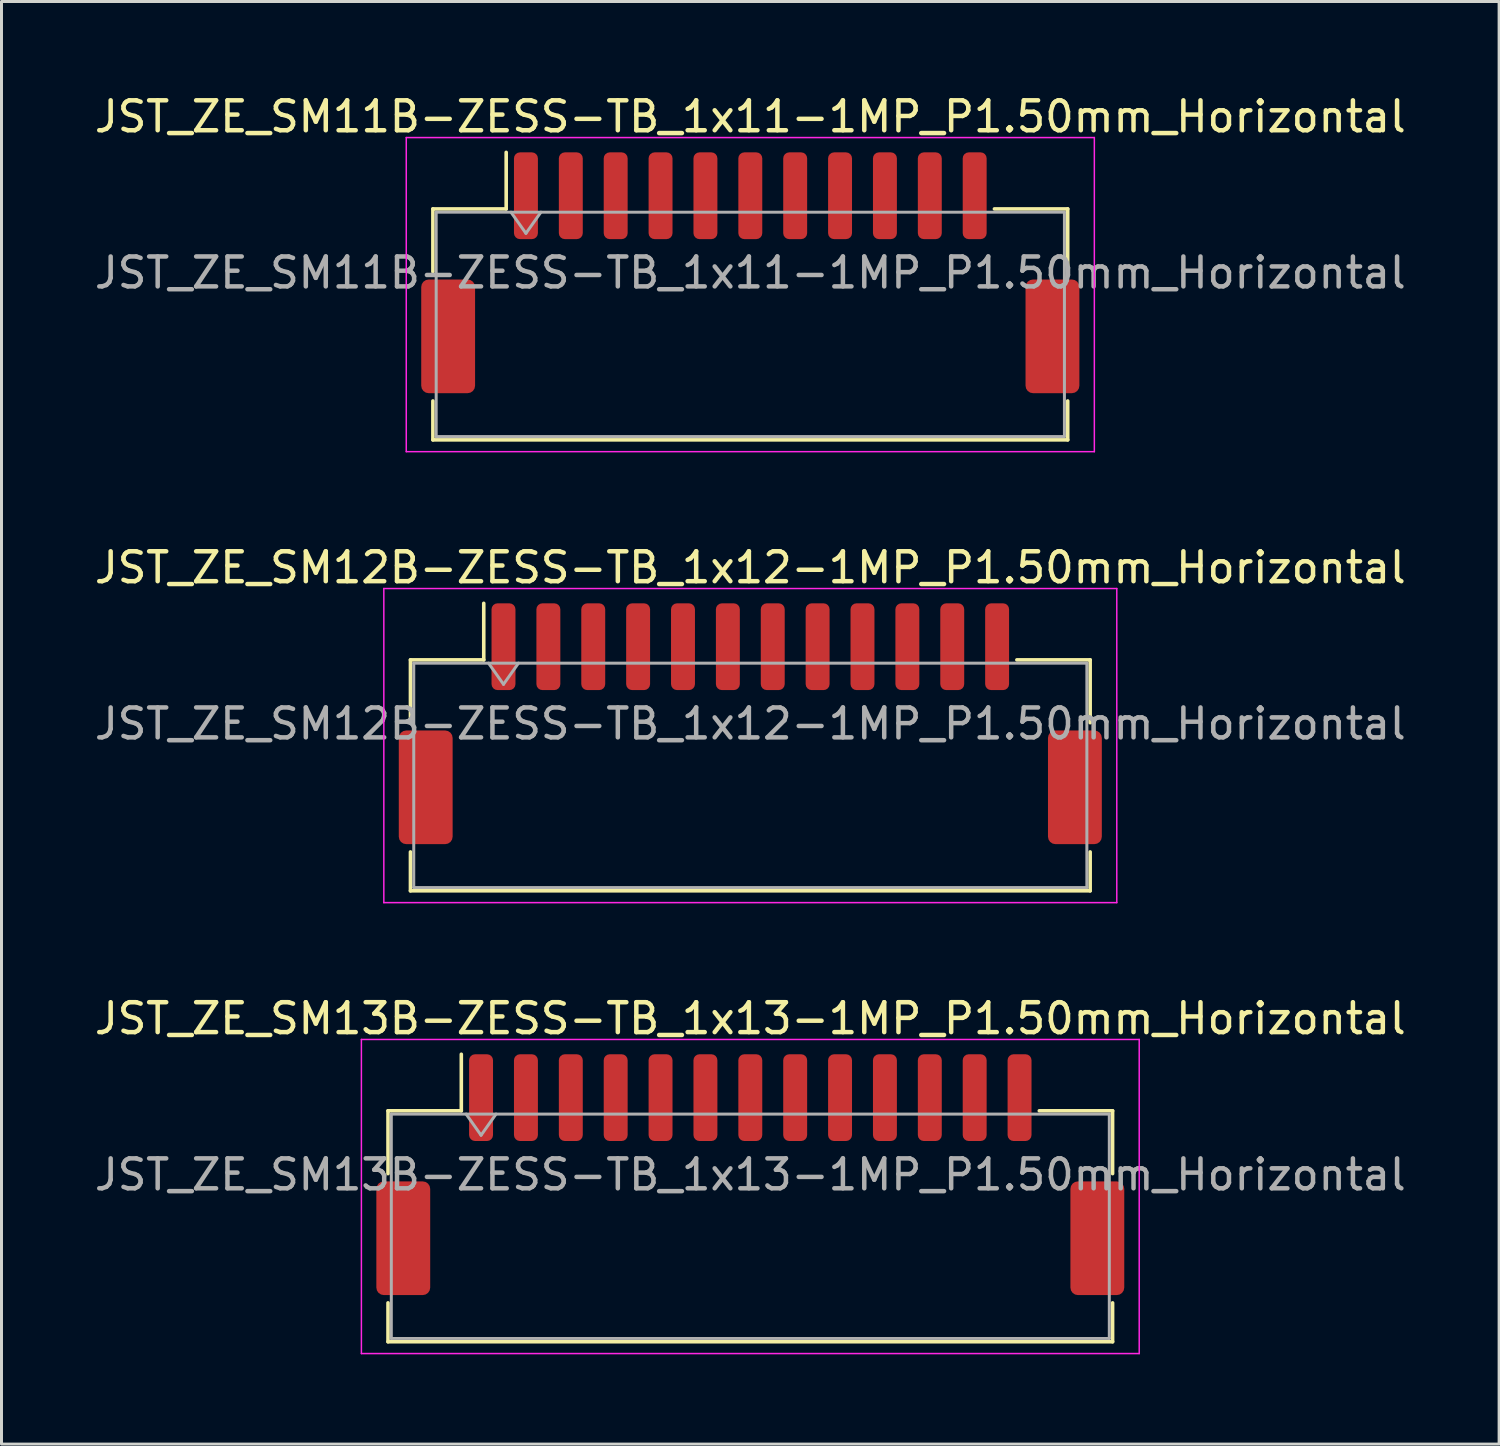
<source format=kicad_pcb>
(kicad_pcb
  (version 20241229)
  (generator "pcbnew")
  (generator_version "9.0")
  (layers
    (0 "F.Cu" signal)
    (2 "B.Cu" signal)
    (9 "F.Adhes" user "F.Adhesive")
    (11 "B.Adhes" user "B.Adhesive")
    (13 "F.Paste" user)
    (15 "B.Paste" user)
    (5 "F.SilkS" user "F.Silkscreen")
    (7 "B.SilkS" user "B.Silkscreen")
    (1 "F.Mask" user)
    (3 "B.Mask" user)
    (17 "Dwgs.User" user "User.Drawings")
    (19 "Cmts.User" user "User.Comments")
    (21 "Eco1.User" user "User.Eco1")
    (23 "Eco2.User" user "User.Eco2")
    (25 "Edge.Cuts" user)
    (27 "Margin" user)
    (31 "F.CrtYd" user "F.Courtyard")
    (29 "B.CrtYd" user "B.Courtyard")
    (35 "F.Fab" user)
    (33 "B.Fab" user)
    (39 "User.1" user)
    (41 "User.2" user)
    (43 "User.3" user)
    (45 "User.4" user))
  (footprint "JST_ZE_SM11B-ZESS-TB_1x11-1MP_P1.50mm_Horizontal"
    (layer "F.Cu")
    (at 22.03 6.068)
    (property "Reference" "JST_ZE_SM11B-ZESS-TB_1x11-1MP_P1.50mm_Horizontal" (at 0 -5.22 0) (layer "F.SilkS") (effects (font (size 1 1) (thickness 0.15))))
    (attr smd)
    (fp_line (start -10.61 -2.135) (end -8.16 -2.135) (stroke (width 0.12) (type solid)) (layer "F.SilkS"))
    (fp_line (start -10.61 -0.035) (end -10.61 -2.135) (stroke (width 0.12) (type solid)) (layer "F.SilkS"))
    (fp_line (start -10.61 4.285) (end -10.61 5.585) (stroke (width 0.12) (type solid)) (layer "F.SilkS"))
    (fp_line (start -10.61 5.585) (end 10.61 5.585) (stroke (width 0.12) (type solid)) (layer "F.SilkS"))
    (fp_line (start -8.16 -2.135) (end -8.16 -4.025) (stroke (width 0.12) (type solid)) (layer "F.SilkS"))
    (fp_line (start 10.61 -2.135) (end 8.16 -2.135) (stroke (width 0.12) (type solid)) (layer "F.SilkS"))
    (fp_line (start 10.61 -0.035) (end 10.61 -2.135) (stroke (width 0.12) (type solid)) (layer "F.SilkS"))
    (fp_line (start 10.61 5.585) (end 10.61 4.285) (stroke (width 0.12) (type solid)) (layer "F.SilkS"))
    (fp_line (start -11.5 -4.52) (end -11.5 5.98) (stroke (width 0.05) (type solid)) (layer "F.CrtYd"))
    (fp_line (start -11.5 5.98) (end 11.5 5.98) (stroke (width 0.05) (type solid)) (layer "F.CrtYd"))
    (fp_line (start 11.5 -4.52) (end -11.5 -4.52) (stroke (width 0.05) (type solid)) (layer "F.CrtYd"))
    (fp_line (start 11.5 5.98) (end 11.5 -4.52) (stroke (width 0.05) (type solid)) (layer "F.CrtYd"))
    (fp_line (start -10.5 -2.025) (end -10.5 5.475) (stroke (width 0.1) (type solid)) (layer "F.Fab"))
    (fp_line (start -10.5 -2.025) (end 10.5 -2.025) (stroke (width 0.1) (type solid)) (layer "F.Fab"))
    (fp_line (start -10.5 5.475) (end 10.5 5.475) (stroke (width 0.1) (type solid)) (layer "F.Fab"))
    (fp_line (start -8 -2.025) (end -7.5 -1.318) (stroke (width 0.1) (type solid)) (layer "F.Fab"))
    (fp_line (start -7.5 -1.318) (end -7 -2.025) (stroke (width 0.1) (type solid)) (layer "F.Fab"))
    (fp_line (start 10.5 -2.025) (end 10.5 5.475) (stroke (width 0.1) (type solid)) (layer "F.Fab"))
    (fp_text user "${REFERENCE}" (at 0 0 0) (layer "F.Fab") (effects (font (size 1 1) (thickness 0.15))))
    (pad "1" smd roundrect (at -7.5 -2.575) (size 0.8 2.9) (layers "F.Cu" "F.Mask" "F.Paste") (roundrect_rratio 0.25))
    (pad "2" smd roundrect (at -6 -2.575) (size 0.8 2.9) (layers "F.Cu" "F.Mask" "F.Paste") (roundrect_rratio 0.25))
    (pad "3" smd roundrect (at -4.5 -2.575) (size 0.8 2.9) (layers "F.Cu" "F.Mask" "F.Paste") (roundrect_rratio 0.25))
    (pad "4" smd roundrect (at -3 -2.575) (size 0.8 2.9) (layers "F.Cu" "F.Mask" "F.Paste") (roundrect_rratio 0.25))
    (pad "5" smd roundrect (at -1.5 -2.575) (size 0.8 2.9) (layers "F.Cu" "F.Mask" "F.Paste") (roundrect_rratio 0.25))
    (pad "6" smd roundrect (at 0 -2.575) (size 0.8 2.9) (layers "F.Cu" "F.Mask" "F.Paste") (roundrect_rratio 0.25))
    (pad "7" smd roundrect (at 1.5 -2.575) (size 0.8 2.9) (layers "F.Cu" "F.Mask" "F.Paste") (roundrect_rratio 0.25))
    (pad "8" smd roundrect (at 3 -2.575) (size 0.8 2.9) (layers "F.Cu" "F.Mask" "F.Paste") (roundrect_rratio 0.25))
    (pad "9" smd roundrect (at 4.5 -2.575) (size 0.8 2.9) (layers "F.Cu" "F.Mask" "F.Paste") (roundrect_rratio 0.25))
    (pad "10" smd roundrect (at 6 -2.575) (size 0.8 2.9) (layers "F.Cu" "F.Mask" "F.Paste") (roundrect_rratio 0.25))
    (pad "11" smd roundrect (at 7.5 -2.575) (size 0.8 2.9) (layers "F.Cu" "F.Mask" "F.Paste") (roundrect_rratio 0.25))
    (pad "MP" smd roundrect (at -10.1 2.125) (size 1.8 3.8) (layers "F.Cu" "F.Mask" "F.Paste") (roundrect_rratio 0.139))
    (pad "MP" smd roundrect (at 10.1 2.125) (size 1.8 3.8) (layers "F.Cu" "F.Mask" "F.Paste") (roundrect_rratio 0.139)))
  (footprint "JST_ZE_SM12B-ZESS-TB_1x12-1MP_P1.50mm_Horizontal"
    (layer "F.Cu")
    (at 22.03 21.142)
    (property "Reference" "JST_ZE_SM12B-ZESS-TB_1x12-1MP_P1.50mm_Horizontal" (at 0 -5.22 0) (layer "F.SilkS") (effects (font (size 1 1) (thickness 0.15))))
    (attr smd)
    (fp_line (start -11.36 -2.135) (end -8.91 -2.135) (stroke (width 0.12) (type solid)) (layer "F.SilkS"))
    (fp_line (start -11.36 -0.035) (end -11.36 -2.135) (stroke (width 0.12) (type solid)) (layer "F.SilkS"))
    (fp_line (start -11.36 4.285) (end -11.36 5.585) (stroke (width 0.12) (type solid)) (layer "F.SilkS"))
    (fp_line (start -11.36 5.585) (end 11.36 5.585) (stroke (width 0.12) (type solid)) (layer "F.SilkS"))
    (fp_line (start -8.91 -2.135) (end -8.91 -4.025) (stroke (width 0.12) (type solid)) (layer "F.SilkS"))
    (fp_line (start 11.36 -2.135) (end 8.91 -2.135) (stroke (width 0.12) (type solid)) (layer "F.SilkS"))
    (fp_line (start 11.36 -0.035) (end 11.36 -2.135) (stroke (width 0.12) (type solid)) (layer "F.SilkS"))
    (fp_line (start 11.36 5.585) (end 11.36 4.285) (stroke (width 0.12) (type solid)) (layer "F.SilkS"))
    (fp_line (start -12.25 -4.52) (end -12.25 5.98) (stroke (width 0.05) (type solid)) (layer "F.CrtYd"))
    (fp_line (start -12.25 5.98) (end 12.25 5.98) (stroke (width 0.05) (type solid)) (layer "F.CrtYd"))
    (fp_line (start 12.25 -4.52) (end -12.25 -4.52) (stroke (width 0.05) (type solid)) (layer "F.CrtYd"))
    (fp_line (start 12.25 5.98) (end 12.25 -4.52) (stroke (width 0.05) (type solid)) (layer "F.CrtYd"))
    (fp_line (start -11.25 -2.025) (end -11.25 5.475) (stroke (width 0.1) (type solid)) (layer "F.Fab"))
    (fp_line (start -11.25 -2.025) (end 11.25 -2.025) (stroke (width 0.1) (type solid)) (layer "F.Fab"))
    (fp_line (start -11.25 5.475) (end 11.25 5.475) (stroke (width 0.1) (type solid)) (layer "F.Fab"))
    (fp_line (start -8.75 -2.025) (end -8.25 -1.318) (stroke (width 0.1) (type solid)) (layer "F.Fab"))
    (fp_line (start -8.25 -1.318) (end -7.75 -2.025) (stroke (width 0.1) (type solid)) (layer "F.Fab"))
    (fp_line (start 11.25 -2.025) (end 11.25 5.475) (stroke (width 0.1) (type solid)) (layer "F.Fab"))
    (fp_text user "${REFERENCE}" (at 0 0 0) (layer "F.Fab") (effects (font (size 1 1) (thickness 0.15))))
    (pad "1" smd roundrect (at -8.25 -2.575) (size 0.8 2.9) (layers "F.Cu" "F.Mask" "F.Paste") (roundrect_rratio 0.25))
    (pad "2" smd roundrect (at -6.75 -2.575) (size 0.8 2.9) (layers "F.Cu" "F.Mask" "F.Paste") (roundrect_rratio 0.25))
    (pad "3" smd roundrect (at -5.25 -2.575) (size 0.8 2.9) (layers "F.Cu" "F.Mask" "F.Paste") (roundrect_rratio 0.25))
    (pad "4" smd roundrect (at -3.75 -2.575) (size 0.8 2.9) (layers "F.Cu" "F.Mask" "F.Paste") (roundrect_rratio 0.25))
    (pad "5" smd roundrect (at -2.25 -2.575) (size 0.8 2.9) (layers "F.Cu" "F.Mask" "F.Paste") (roundrect_rratio 0.25))
    (pad "6" smd roundrect (at -0.75 -2.575) (size 0.8 2.9) (layers "F.Cu" "F.Mask" "F.Paste") (roundrect_rratio 0.25))
    (pad "7" smd roundrect (at 0.75 -2.575) (size 0.8 2.9) (layers "F.Cu" "F.Mask" "F.Paste") (roundrect_rratio 0.25))
    (pad "8" smd roundrect (at 2.25 -2.575) (size 0.8 2.9) (layers "F.Cu" "F.Mask" "F.Paste") (roundrect_rratio 0.25))
    (pad "9" smd roundrect (at 3.75 -2.575) (size 0.8 2.9) (layers "F.Cu" "F.Mask" "F.Paste") (roundrect_rratio 0.25))
    (pad "10" smd roundrect (at 5.25 -2.575) (size 0.8 2.9) (layers "F.Cu" "F.Mask" "F.Paste") (roundrect_rratio 0.25))
    (pad "11" smd roundrect (at 6.75 -2.575) (size 0.8 2.9) (layers "F.Cu" "F.Mask" "F.Paste") (roundrect_rratio 0.25))
    (pad "12" smd roundrect (at 8.25 -2.575) (size 0.8 2.9) (layers "F.Cu" "F.Mask" "F.Paste") (roundrect_rratio 0.25))
    (pad "MP" smd roundrect (at -10.85 2.125) (size 1.8 3.8) (layers "F.Cu" "F.Mask" "F.Paste") (roundrect_rratio 0.139))
    (pad "MP" smd roundrect (at 10.85 2.125) (size 1.8 3.8) (layers "F.Cu" "F.Mask" "F.Paste") (roundrect_rratio 0.139)))
  (footprint "JST_ZE_SM13B-ZESS-TB_1x13-1MP_P1.50mm_Horizontal"
    (layer "F.Cu")
    (at 22.03 36.215)
    (property "Reference" "JST_ZE_SM13B-ZESS-TB_1x13-1MP_P1.50mm_Horizontal" (at 0 -5.22 0) (layer "F.SilkS") (effects (font (size 1 1) (thickness 0.15))))
    (attr smd)
    (fp_line (start -12.11 -2.135) (end -9.66 -2.135) (stroke (width 0.12) (type solid)) (layer "F.SilkS"))
    (fp_line (start -12.11 -0.035) (end -12.11 -2.135) (stroke (width 0.12) (type solid)) (layer "F.SilkS"))
    (fp_line (start -12.11 4.285) (end -12.11 5.585) (stroke (width 0.12) (type solid)) (layer "F.SilkS"))
    (fp_line (start -12.11 5.585) (end 12.11 5.585) (stroke (width 0.12) (type solid)) (layer "F.SilkS"))
    (fp_line (start -9.66 -2.135) (end -9.66 -4.025) (stroke (width 0.12) (type solid)) (layer "F.SilkS"))
    (fp_line (start 12.11 -2.135) (end 9.66 -2.135) (stroke (width 0.12) (type solid)) (layer "F.SilkS"))
    (fp_line (start 12.11 -0.035) (end 12.11 -2.135) (stroke (width 0.12) (type solid)) (layer "F.SilkS"))
    (fp_line (start 12.11 5.585) (end 12.11 4.285) (stroke (width 0.12) (type solid)) (layer "F.SilkS"))
    (fp_line (start -13 -4.52) (end -13 5.98) (stroke (width 0.05) (type solid)) (layer "F.CrtYd"))
    (fp_line (start -13 5.98) (end 13 5.98) (stroke (width 0.05) (type solid)) (layer "F.CrtYd"))
    (fp_line (start 13 -4.52) (end -13 -4.52) (stroke (width 0.05) (type solid)) (layer "F.CrtYd"))
    (fp_line (start 13 5.98) (end 13 -4.52) (stroke (width 0.05) (type solid)) (layer "F.CrtYd"))
    (fp_line (start -12 -2.025) (end -12 5.475) (stroke (width 0.1) (type solid)) (layer "F.Fab"))
    (fp_line (start -12 -2.025) (end 12 -2.025) (stroke (width 0.1) (type solid)) (layer "F.Fab"))
    (fp_line (start -12 5.475) (end 12 5.475) (stroke (width 0.1) (type solid)) (layer "F.Fab"))
    (fp_line (start -9.5 -2.025) (end -9 -1.318) (stroke (width 0.1) (type solid)) (layer "F.Fab"))
    (fp_line (start -9 -1.318) (end -8.5 -2.025) (stroke (width 0.1) (type solid)) (layer "F.Fab"))
    (fp_line (start 12 -2.025) (end 12 5.475) (stroke (width 0.1) (type solid)) (layer "F.Fab"))
    (fp_text user "${REFERENCE}" (at 0 0 0) (layer "F.Fab") (effects (font (size 1 1) (thickness 0.15))))
    (pad "1" smd roundrect (at -9 -2.575) (size 0.8 2.9) (layers "F.Cu" "F.Mask" "F.Paste") (roundrect_rratio 0.25))
    (pad "2" smd roundrect (at -7.5 -2.575) (size 0.8 2.9) (layers "F.Cu" "F.Mask" "F.Paste") (roundrect_rratio 0.25))
    (pad "3" smd roundrect (at -6 -2.575) (size 0.8 2.9) (layers "F.Cu" "F.Mask" "F.Paste") (roundrect_rratio 0.25))
    (pad "4" smd roundrect (at -4.5 -2.575) (size 0.8 2.9) (layers "F.Cu" "F.Mask" "F.Paste") (roundrect_rratio 0.25))
    (pad "5" smd roundrect (at -3 -2.575) (size 0.8 2.9) (layers "F.Cu" "F.Mask" "F.Paste") (roundrect_rratio 0.25))
    (pad "6" smd roundrect (at -1.5 -2.575) (size 0.8 2.9) (layers "F.Cu" "F.Mask" "F.Paste") (roundrect_rratio 0.25))
    (pad "7" smd roundrect (at 0 -2.575) (size 0.8 2.9) (layers "F.Cu" "F.Mask" "F.Paste") (roundrect_rratio 0.25))
    (pad "8" smd roundrect (at 1.5 -2.575) (size 0.8 2.9) (layers "F.Cu" "F.Mask" "F.Paste") (roundrect_rratio 0.25))
    (pad "9" smd roundrect (at 3 -2.575) (size 0.8 2.9) (layers "F.Cu" "F.Mask" "F.Paste") (roundrect_rratio 0.25))
    (pad "10" smd roundrect (at 4.5 -2.575) (size 0.8 2.9) (layers "F.Cu" "F.Mask" "F.Paste") (roundrect_rratio 0.25))
    (pad "11" smd roundrect (at 6 -2.575) (size 0.8 2.9) (layers "F.Cu" "F.Mask" "F.Paste") (roundrect_rratio 0.25))
    (pad "12" smd roundrect (at 7.5 -2.575) (size 0.8 2.9) (layers "F.Cu" "F.Mask" "F.Paste") (roundrect_rratio 0.25))
    (pad "13" smd roundrect (at 9 -2.575) (size 0.8 2.9) (layers "F.Cu" "F.Mask" "F.Paste") (roundrect_rratio 0.25))
    (pad "MP" smd roundrect (at -11.6 2.125) (size 1.8 3.8) (layers "F.Cu" "F.Mask" "F.Paste") (roundrect_rratio 0.139))
    (pad "MP" smd roundrect (at 11.6 2.125) (size 1.8 3.8) (layers "F.Cu" "F.Mask" "F.Paste") (roundrect_rratio 0.139)))
  (gr_rect
    (start -3 -3)
    (end 47.06 45.22)
    (stroke (width 0.1) (type default))
    (fill no)
    (layer "Edge.Cuts")))
</source>
